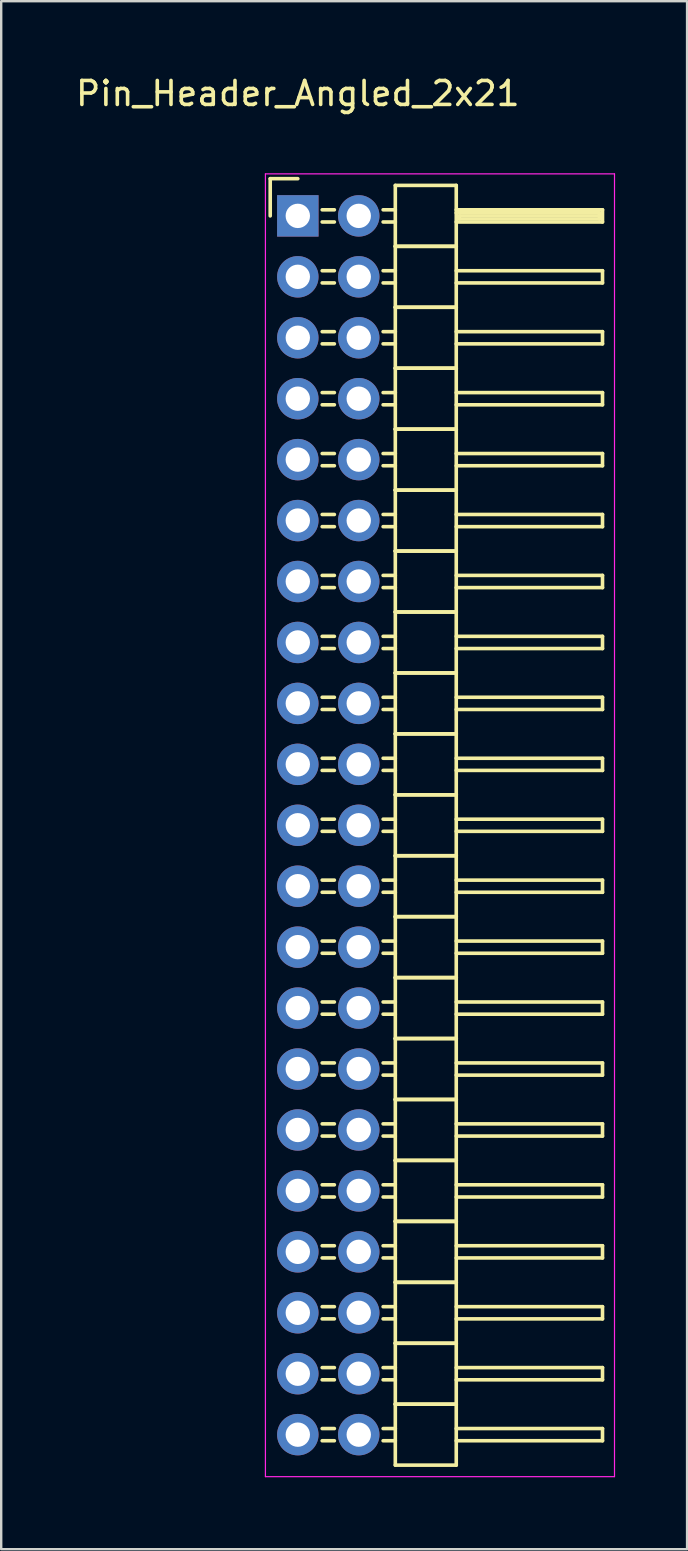
<source format=kicad_pcb>
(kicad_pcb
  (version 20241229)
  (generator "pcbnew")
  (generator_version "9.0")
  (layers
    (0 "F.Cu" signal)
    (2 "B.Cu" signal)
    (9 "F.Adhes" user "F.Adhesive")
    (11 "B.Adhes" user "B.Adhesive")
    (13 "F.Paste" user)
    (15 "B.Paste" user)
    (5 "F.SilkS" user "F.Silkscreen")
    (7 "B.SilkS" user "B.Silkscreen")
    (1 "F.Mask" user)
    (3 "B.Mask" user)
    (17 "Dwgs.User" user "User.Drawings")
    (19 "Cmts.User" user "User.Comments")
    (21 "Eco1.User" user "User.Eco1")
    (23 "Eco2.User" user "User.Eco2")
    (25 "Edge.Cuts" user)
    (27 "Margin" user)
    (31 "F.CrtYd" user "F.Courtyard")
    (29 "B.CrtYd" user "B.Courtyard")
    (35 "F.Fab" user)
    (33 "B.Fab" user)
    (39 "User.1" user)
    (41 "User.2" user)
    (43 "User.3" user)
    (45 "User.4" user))
  (footprint "Pin_Header_Angled_2x21"
    (layer "F.Cu")
    (at 9.363 5.948)
    (property "Reference" "Pin_Header_Angled_2x21" (at 0 -5.1 0) (layer "F.SilkS") (effects (font (size 1 1) (thickness 0.15))))
    (attr through_hole)
    (fp_line (start -1.15 -1.55) (end -1.15 0) (stroke (width 0.15) (type solid)) (layer "F.SilkS"))
    (fp_line (start 0 -1.55) (end -1.15 -1.55) (stroke (width 0.15) (type solid)) (layer "F.SilkS"))
    (fp_line (start 1.524 -0.254) (end 1.016 -0.254) (stroke (width 0.15) (type solid)) (layer "F.SilkS"))
    (fp_line (start 1.524 0.254) (end 1.016 0.254) (stroke (width 0.15) (type solid)) (layer "F.SilkS"))
    (fp_line (start 1.524 2.286) (end 1.016 2.286) (stroke (width 0.15) (type solid)) (layer "F.SilkS"))
    (fp_line (start 1.524 2.794) (end 1.016 2.794) (stroke (width 0.15) (type solid)) (layer "F.SilkS"))
    (fp_line (start 1.524 4.826) (end 1.016 4.826) (stroke (width 0.15) (type solid)) (layer "F.SilkS"))
    (fp_line (start 1.524 5.334) (end 1.016 5.334) (stroke (width 0.15) (type solid)) (layer "F.SilkS"))
    (fp_line (start 1.524 7.366) (end 1.016 7.366) (stroke (width 0.15) (type solid)) (layer "F.SilkS"))
    (fp_line (start 1.524 7.874) (end 1.016 7.874) (stroke (width 0.15) (type solid)) (layer "F.SilkS"))
    (fp_line (start 1.524 9.906) (end 1.016 9.906) (stroke (width 0.15) (type solid)) (layer "F.SilkS"))
    (fp_line (start 1.524 10.414) (end 1.016 10.414) (stroke (width 0.15) (type solid)) (layer "F.SilkS"))
    (fp_line (start 1.524 12.446) (end 1.016 12.446) (stroke (width 0.15) (type solid)) (layer "F.SilkS"))
    (fp_line (start 1.524 12.954) (end 1.016 12.954) (stroke (width 0.15) (type solid)) (layer "F.SilkS"))
    (fp_line (start 1.524 14.986) (end 1.016 14.986) (stroke (width 0.15) (type solid)) (layer "F.SilkS"))
    (fp_line (start 1.524 15.494) (end 1.016 15.494) (stroke (width 0.15) (type solid)) (layer "F.SilkS"))
    (fp_line (start 1.524 17.526) (end 1.016 17.526) (stroke (width 0.15) (type solid)) (layer "F.SilkS"))
    (fp_line (start 1.524 18.034) (end 1.016 18.034) (stroke (width 0.15) (type solid)) (layer "F.SilkS"))
    (fp_line (start 1.524 20.066) (end 1.016 20.066) (stroke (width 0.15) (type solid)) (layer "F.SilkS"))
    (fp_line (start 1.524 20.574) (end 1.016 20.574) (stroke (width 0.15) (type solid)) (layer "F.SilkS"))
    (fp_line (start 1.524 22.606) (end 1.016 22.606) (stroke (width 0.15) (type solid)) (layer "F.SilkS"))
    (fp_line (start 1.524 23.114) (end 1.016 23.114) (stroke (width 0.15) (type solid)) (layer "F.SilkS"))
    (fp_line (start 1.524 25.146) (end 1.016 25.146) (stroke (width 0.15) (type solid)) (layer "F.SilkS"))
    (fp_line (start 1.524 25.654) (end 1.016 25.654) (stroke (width 0.15) (type solid)) (layer "F.SilkS"))
    (fp_line (start 1.524 27.686) (end 1.016 27.686) (stroke (width 0.15) (type solid)) (layer "F.SilkS"))
    (fp_line (start 1.524 28.194) (end 1.016 28.194) (stroke (width 0.15) (type solid)) (layer "F.SilkS"))
    (fp_line (start 1.524 30.226) (end 1.016 30.226) (stroke (width 0.15) (type solid)) (layer "F.SilkS"))
    (fp_line (start 1.524 30.734) (end 1.016 30.734) (stroke (width 0.15) (type solid)) (layer "F.SilkS"))
    (fp_line (start 1.524 32.766) (end 1.016 32.766) (stroke (width 0.15) (type solid)) (layer "F.SilkS"))
    (fp_line (start 1.524 33.274) (end 1.016 33.274) (stroke (width 0.15) (type solid)) (layer "F.SilkS"))
    (fp_line (start 1.524 35.306) (end 1.016 35.306) (stroke (width 0.15) (type solid)) (layer "F.SilkS"))
    (fp_line (start 1.524 35.814) (end 1.016 35.814) (stroke (width 0.15) (type solid)) (layer "F.SilkS"))
    (fp_line (start 1.524 37.846) (end 1.016 37.846) (stroke (width 0.15) (type solid)) (layer "F.SilkS"))
    (fp_line (start 1.524 38.354) (end 1.016 38.354) (stroke (width 0.15) (type solid)) (layer "F.SilkS"))
    (fp_line (start 1.524 40.386) (end 1.016 40.386) (stroke (width 0.15) (type solid)) (layer "F.SilkS"))
    (fp_line (start 1.524 40.894) (end 1.016 40.894) (stroke (width 0.15) (type solid)) (layer "F.SilkS"))
    (fp_line (start 1.524 42.926) (end 1.016 42.926) (stroke (width 0.15) (type solid)) (layer "F.SilkS"))
    (fp_line (start 1.524 43.434) (end 1.016 43.434) (stroke (width 0.15) (type solid)) (layer "F.SilkS"))
    (fp_line (start 1.524 45.466) (end 1.016 45.466) (stroke (width 0.15) (type solid)) (layer "F.SilkS"))
    (fp_line (start 1.524 45.974) (end 1.016 45.974) (stroke (width 0.15) (type solid)) (layer "F.SilkS"))
    (fp_line (start 1.524 48.006) (end 1.016 48.006) (stroke (width 0.15) (type solid)) (layer "F.SilkS"))
    (fp_line (start 1.524 48.514) (end 1.016 48.514) (stroke (width 0.15) (type solid)) (layer "F.SilkS"))
    (fp_line (start 1.524 50.546) (end 1.016 50.546) (stroke (width 0.15) (type solid)) (layer "F.SilkS"))
    (fp_line (start 1.524 51.054) (end 1.016 51.054) (stroke (width 0.15) (type solid)) (layer "F.SilkS"))
    (fp_line (start 4.064 -1.27) (end 4.064 1.27) (stroke (width 0.15) (type solid)) (layer "F.SilkS"))
    (fp_line (start 4.064 -1.27) (end 6.604 -1.27) (stroke (width 0.15) (type solid)) (layer "F.SilkS"))
    (fp_line (start 4.064 -0.254) (end 3.556 -0.254) (stroke (width 0.15) (type solid)) (layer "F.SilkS"))
    (fp_line (start 4.064 0.254) (end 3.556 0.254) (stroke (width 0.15) (type solid)) (layer "F.SilkS"))
    (fp_line (start 4.064 1.27) (end 4.064 3.81) (stroke (width 0.15) (type solid)) (layer "F.SilkS"))
    (fp_line (start 4.064 1.27) (end 6.604 1.27) (stroke (width 0.15) (type solid)) (layer "F.SilkS"))
    (fp_line (start 4.064 1.27) (end 6.604 1.27) (stroke (width 0.15) (type solid)) (layer "F.SilkS"))
    (fp_line (start 4.064 2.286) (end 3.556 2.286) (stroke (width 0.15) (type solid)) (layer "F.SilkS"))
    (fp_line (start 4.064 2.794) (end 3.556 2.794) (stroke (width 0.15) (type solid)) (layer "F.SilkS"))
    (fp_line (start 4.064 3.81) (end 4.064 6.35) (stroke (width 0.15) (type solid)) (layer "F.SilkS"))
    (fp_line (start 4.064 3.81) (end 6.604 3.81) (stroke (width 0.15) (type solid)) (layer "F.SilkS"))
    (fp_line (start 4.064 3.81) (end 6.604 3.81) (stroke (width 0.15) (type solid)) (layer "F.SilkS"))
    (fp_line (start 4.064 4.826) (end 3.556 4.826) (stroke (width 0.15) (type solid)) (layer "F.SilkS"))
    (fp_line (start 4.064 5.334) (end 3.556 5.334) (stroke (width 0.15) (type solid)) (layer "F.SilkS"))
    (fp_line (start 4.064 6.35) (end 4.064 8.89) (stroke (width 0.15) (type solid)) (layer "F.SilkS"))
    (fp_line (start 4.064 6.35) (end 6.604 6.35) (stroke (width 0.15) (type solid)) (layer "F.SilkS"))
    (fp_line (start 4.064 6.35) (end 6.604 6.35) (stroke (width 0.15) (type solid)) (layer "F.SilkS"))
    (fp_line (start 4.064 7.366) (end 3.556 7.366) (stroke (width 0.15) (type solid)) (layer "F.SilkS"))
    (fp_line (start 4.064 7.874) (end 3.556 7.874) (stroke (width 0.15) (type solid)) (layer "F.SilkS"))
    (fp_line (start 4.064 8.89) (end 4.064 11.43) (stroke (width 0.15) (type solid)) (layer "F.SilkS"))
    (fp_line (start 4.064 8.89) (end 6.604 8.89) (stroke (width 0.15) (type solid)) (layer "F.SilkS"))
    (fp_line (start 4.064 8.89) (end 6.604 8.89) (stroke (width 0.15) (type solid)) (layer "F.SilkS"))
    (fp_line (start 4.064 9.906) (end 3.556 9.906) (stroke (width 0.15) (type solid)) (layer "F.SilkS"))
    (fp_line (start 4.064 10.414) (end 3.556 10.414) (stroke (width 0.15) (type solid)) (layer "F.SilkS"))
    (fp_line (start 4.064 11.43) (end 4.064 13.97) (stroke (width 0.15) (type solid)) (layer "F.SilkS"))
    (fp_line (start 4.064 11.43) (end 6.604 11.43) (stroke (width 0.15) (type solid)) (layer "F.SilkS"))
    (fp_line (start 4.064 11.43) (end 6.604 11.43) (stroke (width 0.15) (type solid)) (layer "F.SilkS"))
    (fp_line (start 4.064 12.446) (end 3.556 12.446) (stroke (width 0.15) (type solid)) (layer "F.SilkS"))
    (fp_line (start 4.064 12.954) (end 3.556 12.954) (stroke (width 0.15) (type solid)) (layer "F.SilkS"))
    (fp_line (start 4.064 13.97) (end 4.064 16.51) (stroke (width 0.15) (type solid)) (layer "F.SilkS"))
    (fp_line (start 4.064 13.97) (end 6.604 13.97) (stroke (width 0.15) (type solid)) (layer "F.SilkS"))
    (fp_line (start 4.064 13.97) (end 6.604 13.97) (stroke (width 0.15) (type solid)) (layer "F.SilkS"))
    (fp_line (start 4.064 14.986) (end 3.556 14.986) (stroke (width 0.15) (type solid)) (layer "F.SilkS"))
    (fp_line (start 4.064 15.494) (end 3.556 15.494) (stroke (width 0.15) (type solid)) (layer "F.SilkS"))
    (fp_line (start 4.064 16.51) (end 4.064 19.05) (stroke (width 0.15) (type solid)) (layer "F.SilkS"))
    (fp_line (start 4.064 16.51) (end 6.604 16.51) (stroke (width 0.15) (type solid)) (layer "F.SilkS"))
    (fp_line (start 4.064 16.51) (end 6.604 16.51) (stroke (width 0.15) (type solid)) (layer "F.SilkS"))
    (fp_line (start 4.064 17.526) (end 3.556 17.526) (stroke (width 0.15) (type solid)) (layer "F.SilkS"))
    (fp_line (start 4.064 18.034) (end 3.556 18.034) (stroke (width 0.15) (type solid)) (layer "F.SilkS"))
    (fp_line (start 4.064 19.05) (end 4.064 21.59) (stroke (width 0.15) (type solid)) (layer "F.SilkS"))
    (fp_line (start 4.064 19.05) (end 6.604 19.05) (stroke (width 0.15) (type solid)) (layer "F.SilkS"))
    (fp_line (start 4.064 19.05) (end 6.604 19.05) (stroke (width 0.15) (type solid)) (layer "F.SilkS"))
    (fp_line (start 4.064 20.066) (end 3.556 20.066) (stroke (width 0.15) (type solid)) (layer "F.SilkS"))
    (fp_line (start 4.064 20.574) (end 3.556 20.574) (stroke (width 0.15) (type solid)) (layer "F.SilkS"))
    (fp_line (start 4.064 21.59) (end 4.064 24.13) (stroke (width 0.15) (type solid)) (layer "F.SilkS"))
    (fp_line (start 4.064 21.59) (end 6.604 21.59) (stroke (width 0.15) (type solid)) (layer "F.SilkS"))
    (fp_line (start 4.064 21.59) (end 6.604 21.59) (stroke (width 0.15) (type solid)) (layer "F.SilkS"))
    (fp_line (start 4.064 22.606) (end 3.556 22.606) (stroke (width 0.15) (type solid)) (layer "F.SilkS"))
    (fp_line (start 4.064 23.114) (end 3.556 23.114) (stroke (width 0.15) (type solid)) (layer "F.SilkS"))
    (fp_line (start 4.064 24.13) (end 4.064 26.67) (stroke (width 0.15) (type solid)) (layer "F.SilkS"))
    (fp_line (start 4.064 24.13) (end 6.604 24.13) (stroke (width 0.15) (type solid)) (layer "F.SilkS"))
    (fp_line (start 4.064 24.13) (end 6.604 24.13) (stroke (width 0.15) (type solid)) (layer "F.SilkS"))
    (fp_line (start 4.064 25.146) (end 3.556 25.146) (stroke (width 0.15) (type solid)) (layer "F.SilkS"))
    (fp_line (start 4.064 25.654) (end 3.556 25.654) (stroke (width 0.15) (type solid)) (layer "F.SilkS"))
    (fp_line (start 4.064 26.67) (end 4.064 29.21) (stroke (width 0.15) (type solid)) (layer "F.SilkS"))
    (fp_line (start 4.064 26.67) (end 6.604 26.67) (stroke (width 0.15) (type solid)) (layer "F.SilkS"))
    (fp_line (start 4.064 26.67) (end 6.604 26.67) (stroke (width 0.15) (type solid)) (layer "F.SilkS"))
    (fp_line (start 4.064 27.686) (end 3.556 27.686) (stroke (width 0.15) (type solid)) (layer "F.SilkS"))
    (fp_line (start 4.064 28.194) (end 3.556 28.194) (stroke (width 0.15) (type solid)) (layer "F.SilkS"))
    (fp_line (start 4.064 29.21) (end 4.064 31.75) (stroke (width 0.15) (type solid)) (layer "F.SilkS"))
    (fp_line (start 4.064 29.21) (end 6.604 29.21) (stroke (width 0.15) (type solid)) (layer "F.SilkS"))
    (fp_line (start 4.064 29.21) (end 6.604 29.21) (stroke (width 0.15) (type solid)) (layer "F.SilkS"))
    (fp_line (start 4.064 30.226) (end 3.556 30.226) (stroke (width 0.15) (type solid)) (layer "F.SilkS"))
    (fp_line (start 4.064 30.734) (end 3.556 30.734) (stroke (width 0.15) (type solid)) (layer "F.SilkS"))
    (fp_line (start 4.064 31.75) (end 4.064 34.29) (stroke (width 0.15) (type solid)) (layer "F.SilkS"))
    (fp_line (start 4.064 31.75) (end 6.604 31.75) (stroke (width 0.15) (type solid)) (layer "F.SilkS"))
    (fp_line (start 4.064 31.75) (end 6.604 31.75) (stroke (width 0.15) (type solid)) (layer "F.SilkS"))
    (fp_line (start 4.064 32.766) (end 3.556 32.766) (stroke (width 0.15) (type solid)) (layer "F.SilkS"))
    (fp_line (start 4.064 33.274) (end 3.556 33.274) (stroke (width 0.15) (type solid)) (layer "F.SilkS"))
    (fp_line (start 4.064 34.29) (end 4.064 36.83) (stroke (width 0.15) (type solid)) (layer "F.SilkS"))
    (fp_line (start 4.064 34.29) (end 6.604 34.29) (stroke (width 0.15) (type solid)) (layer "F.SilkS"))
    (fp_line (start 4.064 34.29) (end 6.604 34.29) (stroke (width 0.15) (type solid)) (layer "F.SilkS"))
    (fp_line (start 4.064 35.306) (end 3.556 35.306) (stroke (width 0.15) (type solid)) (layer "F.SilkS"))
    (fp_line (start 4.064 35.814) (end 3.556 35.814) (stroke (width 0.15) (type solid)) (layer "F.SilkS"))
    (fp_line (start 4.064 36.83) (end 4.064 39.37) (stroke (width 0.15) (type solid)) (layer "F.SilkS"))
    (fp_line (start 4.064 36.83) (end 6.604 36.83) (stroke (width 0.15) (type solid)) (layer "F.SilkS"))
    (fp_line (start 4.064 36.83) (end 6.604 36.83) (stroke (width 0.15) (type solid)) (layer "F.SilkS"))
    (fp_line (start 4.064 37.846) (end 3.556 37.846) (stroke (width 0.15) (type solid)) (layer "F.SilkS"))
    (fp_line (start 4.064 38.354) (end 3.556 38.354) (stroke (width 0.15) (type solid)) (layer "F.SilkS"))
    (fp_line (start 4.064 39.37) (end 4.064 41.91) (stroke (width 0.15) (type solid)) (layer "F.SilkS"))
    (fp_line (start 4.064 39.37) (end 6.604 39.37) (stroke (width 0.15) (type solid)) (layer "F.SilkS"))
    (fp_line (start 4.064 39.37) (end 6.604 39.37) (stroke (width 0.15) (type solid)) (layer "F.SilkS"))
    (fp_line (start 4.064 40.386) (end 3.556 40.386) (stroke (width 0.15) (type solid)) (layer "F.SilkS"))
    (fp_line (start 4.064 40.894) (end 3.556 40.894) (stroke (width 0.15) (type solid)) (layer "F.SilkS"))
    (fp_line (start 4.064 41.91) (end 4.064 44.45) (stroke (width 0.15) (type solid)) (layer "F.SilkS"))
    (fp_line (start 4.064 41.91) (end 6.604 41.91) (stroke (width 0.15) (type solid)) (layer "F.SilkS"))
    (fp_line (start 4.064 41.91) (end 6.604 41.91) (stroke (width 0.15) (type solid)) (layer "F.SilkS"))
    (fp_line (start 4.064 42.926) (end 3.556 42.926) (stroke (width 0.15) (type solid)) (layer "F.SilkS"))
    (fp_line (start 4.064 43.434) (end 3.556 43.434) (stroke (width 0.15) (type solid)) (layer "F.SilkS"))
    (fp_line (start 4.064 44.45) (end 4.064 46.99) (stroke (width 0.15) (type solid)) (layer "F.SilkS"))
    (fp_line (start 4.064 44.45) (end 6.604 44.45) (stroke (width 0.15) (type solid)) (layer "F.SilkS"))
    (fp_line (start 4.064 44.45) (end 6.604 44.45) (stroke (width 0.15) (type solid)) (layer "F.SilkS"))
    (fp_line (start 4.064 45.466) (end 3.556 45.466) (stroke (width 0.15) (type solid)) (layer "F.SilkS"))
    (fp_line (start 4.064 45.974) (end 3.556 45.974) (stroke (width 0.15) (type solid)) (layer "F.SilkS"))
    (fp_line (start 4.064 46.99) (end 4.064 49.53) (stroke (width 0.15) (type solid)) (layer "F.SilkS"))
    (fp_line (start 4.064 46.99) (end 6.604 46.99) (stroke (width 0.15) (type solid)) (layer "F.SilkS"))
    (fp_line (start 4.064 46.99) (end 6.604 46.99) (stroke (width 0.15) (type solid)) (layer "F.SilkS"))
    (fp_line (start 4.064 48.006) (end 3.556 48.006) (stroke (width 0.15) (type solid)) (layer "F.SilkS"))
    (fp_line (start 4.064 48.514) (end 3.556 48.514) (stroke (width 0.15) (type solid)) (layer "F.SilkS"))
    (fp_line (start 4.064 49.53) (end 4.064 52.07) (stroke (width 0.15) (type solid)) (layer "F.SilkS"))
    (fp_line (start 4.064 49.53) (end 6.604 49.53) (stroke (width 0.15) (type solid)) (layer "F.SilkS"))
    (fp_line (start 4.064 49.53) (end 6.604 49.53) (stroke (width 0.15) (type solid)) (layer "F.SilkS"))
    (fp_line (start 4.064 50.546) (end 3.556 50.546) (stroke (width 0.15) (type solid)) (layer "F.SilkS"))
    (fp_line (start 4.064 51.054) (end 3.556 51.054) (stroke (width 0.15) (type solid)) (layer "F.SilkS"))
    (fp_line (start 4.064 52.07) (end 6.604 52.07) (stroke (width 0.15) (type solid)) (layer "F.SilkS"))
    (fp_line (start 6.604 -0.254) (end 12.7 -0.254) (stroke (width 0.15) (type solid)) (layer "F.SilkS"))
    (fp_line (start 6.604 -0.127) (end 12.573 -0.127) (stroke (width 0.15) (type solid)) (layer "F.SilkS"))
    (fp_line (start 6.604 1.27) (end 6.604 -1.27) (stroke (width 0.15) (type solid)) (layer "F.SilkS"))
    (fp_line (start 6.604 2.286) (end 12.7 2.286) (stroke (width 0.15) (type solid)) (layer "F.SilkS"))
    (fp_line (start 6.604 3.81) (end 6.604 1.27) (stroke (width 0.15) (type solid)) (layer "F.SilkS"))
    (fp_line (start 6.604 4.826) (end 12.7 4.826) (stroke (width 0.15) (type solid)) (layer "F.SilkS"))
    (fp_line (start 6.604 6.35) (end 6.604 3.81) (stroke (width 0.15) (type solid)) (layer "F.SilkS"))
    (fp_line (start 6.604 7.366) (end 12.7 7.366) (stroke (width 0.15) (type solid)) (layer "F.SilkS"))
    (fp_line (start 6.604 8.89) (end 6.604 6.35) (stroke (width 0.15) (type solid)) (layer "F.SilkS"))
    (fp_line (start 6.604 9.906) (end 12.7 9.906) (stroke (width 0.15) (type solid)) (layer "F.SilkS"))
    (fp_line (start 6.604 11.43) (end 6.604 8.89) (stroke (width 0.15) (type solid)) (layer "F.SilkS"))
    (fp_line (start 6.604 12.446) (end 12.7 12.446) (stroke (width 0.15) (type solid)) (layer "F.SilkS"))
    (fp_line (start 6.604 13.97) (end 6.604 11.43) (stroke (width 0.15) (type solid)) (layer "F.SilkS"))
    (fp_line (start 6.604 14.986) (end 12.7 14.986) (stroke (width 0.15) (type solid)) (layer "F.SilkS"))
    (fp_line (start 6.604 16.51) (end 6.604 13.97) (stroke (width 0.15) (type solid)) (layer "F.SilkS"))
    (fp_line (start 6.604 17.526) (end 12.7 17.526) (stroke (width 0.15) (type solid)) (layer "F.SilkS"))
    (fp_line (start 6.604 19.05) (end 6.604 16.51) (stroke (width 0.15) (type solid)) (layer "F.SilkS"))
    (fp_line (start 6.604 20.066) (end 12.7 20.066) (stroke (width 0.15) (type solid)) (layer "F.SilkS"))
    (fp_line (start 6.604 21.59) (end 6.604 19.05) (stroke (width 0.15) (type solid)) (layer "F.SilkS"))
    (fp_line (start 6.604 22.606) (end 12.7 22.606) (stroke (width 0.15) (type solid)) (layer "F.SilkS"))
    (fp_line (start 6.604 24.13) (end 6.604 21.59) (stroke (width 0.15) (type solid)) (layer "F.SilkS"))
    (fp_line (start 6.604 25.146) (end 12.7 25.146) (stroke (width 0.15) (type solid)) (layer "F.SilkS"))
    (fp_line (start 6.604 26.67) (end 6.604 24.13) (stroke (width 0.15) (type solid)) (layer "F.SilkS"))
    (fp_line (start 6.604 27.686) (end 12.7 27.686) (stroke (width 0.15) (type solid)) (layer "F.SilkS"))
    (fp_line (start 6.604 29.21) (end 6.604 26.67) (stroke (width 0.15) (type solid)) (layer "F.SilkS"))
    (fp_line (start 6.604 30.226) (end 12.7 30.226) (stroke (width 0.15) (type solid)) (layer "F.SilkS"))
    (fp_line (start 6.604 31.75) (end 6.604 29.21) (stroke (width 0.15) (type solid)) (layer "F.SilkS"))
    (fp_line (start 6.604 32.766) (end 12.7 32.766) (stroke (width 0.15) (type solid)) (layer "F.SilkS"))
    (fp_line (start 6.604 34.29) (end 6.604 31.75) (stroke (width 0.15) (type solid)) (layer "F.SilkS"))
    (fp_line (start 6.604 35.306) (end 12.7 35.306) (stroke (width 0.15) (type solid)) (layer "F.SilkS"))
    (fp_line (start 6.604 36.83) (end 6.604 34.29) (stroke (width 0.15) (type solid)) (layer "F.SilkS"))
    (fp_line (start 6.604 37.846) (end 12.7 37.846) (stroke (width 0.15) (type solid)) (layer "F.SilkS"))
    (fp_line (start 6.604 39.37) (end 6.604 36.83) (stroke (width 0.15) (type solid)) (layer "F.SilkS"))
    (fp_line (start 6.604 40.386) (end 12.7 40.386) (stroke (width 0.15) (type solid)) (layer "F.SilkS"))
    (fp_line (start 6.604 41.91) (end 6.604 39.37) (stroke (width 0.15) (type solid)) (layer "F.SilkS"))
    (fp_line (start 6.604 42.926) (end 12.7 42.926) (stroke (width 0.15) (type solid)) (layer "F.SilkS"))
    (fp_line (start 6.604 44.45) (end 6.604 41.91) (stroke (width 0.15) (type solid)) (layer "F.SilkS"))
    (fp_line (start 6.604 45.466) (end 12.7 45.466) (stroke (width 0.15) (type solid)) (layer "F.SilkS"))
    (fp_line (start 6.604 46.99) (end 6.604 44.45) (stroke (width 0.15) (type solid)) (layer "F.SilkS"))
    (fp_line (start 6.604 48.006) (end 12.7 48.006) (stroke (width 0.15) (type solid)) (layer "F.SilkS"))
    (fp_line (start 6.604 49.53) (end 6.604 46.99) (stroke (width 0.15) (type solid)) (layer "F.SilkS"))
    (fp_line (start 6.604 50.546) (end 12.7 50.546) (stroke (width 0.15) (type solid)) (layer "F.SilkS"))
    (fp_line (start 6.604 52.07) (end 6.604 49.53) (stroke (width 0.15) (type solid)) (layer "F.SilkS"))
    (fp_line (start 6.731 0) (end 12.573 0) (stroke (width 0.15) (type solid)) (layer "F.SilkS"))
    (fp_line (start 6.731 0.127) (end 6.731 0) (stroke (width 0.15) (type solid)) (layer "F.SilkS"))
    (fp_line (start 12.573 -0.127) (end 12.573 0.127) (stroke (width 0.15) (type solid)) (layer "F.SilkS"))
    (fp_line (start 12.573 0.127) (end 6.731 0.127) (stroke (width 0.15) (type solid)) (layer "F.SilkS"))
    (fp_line (start 12.7 -0.254) (end 12.7 0.254) (stroke (width 0.15) (type solid)) (layer "F.SilkS"))
    (fp_line (start 12.7 0.254) (end 6.604 0.254) (stroke (width 0.15) (type solid)) (layer "F.SilkS"))
    (fp_line (start 12.7 2.286) (end 12.7 2.794) (stroke (width 0.15) (type solid)) (layer "F.SilkS"))
    (fp_line (start 12.7 2.794) (end 6.604 2.794) (stroke (width 0.15) (type solid)) (layer "F.SilkS"))
    (fp_line (start 12.7 4.826) (end 12.7 5.334) (stroke (width 0.15) (type solid)) (layer "F.SilkS"))
    (fp_line (start 12.7 5.334) (end 6.604 5.334) (stroke (width 0.15) (type solid)) (layer "F.SilkS"))
    (fp_line (start 12.7 7.366) (end 12.7 7.874) (stroke (width 0.15) (type solid)) (layer "F.SilkS"))
    (fp_line (start 12.7 7.874) (end 6.604 7.874) (stroke (width 0.15) (type solid)) (layer "F.SilkS"))
    (fp_line (start 12.7 9.906) (end 12.7 10.414) (stroke (width 0.15) (type solid)) (layer "F.SilkS"))
    (fp_line (start 12.7 10.414) (end 6.604 10.414) (stroke (width 0.15) (type solid)) (layer "F.SilkS"))
    (fp_line (start 12.7 12.446) (end 12.7 12.954) (stroke (width 0.15) (type solid)) (layer "F.SilkS"))
    (fp_line (start 12.7 12.954) (end 6.604 12.954) (stroke (width 0.15) (type solid)) (layer "F.SilkS"))
    (fp_line (start 12.7 14.986) (end 12.7 15.494) (stroke (width 0.15) (type solid)) (layer "F.SilkS"))
    (fp_line (start 12.7 15.494) (end 6.604 15.494) (stroke (width 0.15) (type solid)) (layer "F.SilkS"))
    (fp_line (start 12.7 17.526) (end 12.7 18.034) (stroke (width 0.15) (type solid)) (layer "F.SilkS"))
    (fp_line (start 12.7 18.034) (end 6.604 18.034) (stroke (width 0.15) (type solid)) (layer "F.SilkS"))
    (fp_line (start 12.7 20.066) (end 12.7 20.574) (stroke (width 0.15) (type solid)) (layer "F.SilkS"))
    (fp_line (start 12.7 20.574) (end 6.604 20.574) (stroke (width 0.15) (type solid)) (layer "F.SilkS"))
    (fp_line (start 12.7 22.606) (end 12.7 23.114) (stroke (width 0.15) (type solid)) (layer "F.SilkS"))
    (fp_line (start 12.7 23.114) (end 6.604 23.114) (stroke (width 0.15) (type solid)) (layer "F.SilkS"))
    (fp_line (start 12.7 25.146) (end 12.7 25.654) (stroke (width 0.15) (type solid)) (layer "F.SilkS"))
    (fp_line (start 12.7 25.654) (end 6.604 25.654) (stroke (width 0.15) (type solid)) (layer "F.SilkS"))
    (fp_line (start 12.7 27.686) (end 12.7 28.194) (stroke (width 0.15) (type solid)) (layer "F.SilkS"))
    (fp_line (start 12.7 28.194) (end 6.604 28.194) (stroke (width 0.15) (type solid)) (layer "F.SilkS"))
    (fp_line (start 12.7 30.226) (end 12.7 30.734) (stroke (width 0.15) (type solid)) (layer "F.SilkS"))
    (fp_line (start 12.7 30.734) (end 6.604 30.734) (stroke (width 0.15) (type solid)) (layer "F.SilkS"))
    (fp_line (start 12.7 32.766) (end 12.7 33.274) (stroke (width 0.15) (type solid)) (layer "F.SilkS"))
    (fp_line (start 12.7 33.274) (end 6.604 33.274) (stroke (width 0.15) (type solid)) (layer "F.SilkS"))
    (fp_line (start 12.7 35.306) (end 12.7 35.814) (stroke (width 0.15) (type solid)) (layer "F.SilkS"))
    (fp_line (start 12.7 35.814) (end 6.604 35.814) (stroke (width 0.15) (type solid)) (layer "F.SilkS"))
    (fp_line (start 12.7 37.846) (end 12.7 38.354) (stroke (width 0.15) (type solid)) (layer "F.SilkS"))
    (fp_line (start 12.7 38.354) (end 6.604 38.354) (stroke (width 0.15) (type solid)) (layer "F.SilkS"))
    (fp_line (start 12.7 40.386) (end 12.7 40.894) (stroke (width 0.15) (type solid)) (layer "F.SilkS"))
    (fp_line (start 12.7 40.894) (end 6.604 40.894) (stroke (width 0.15) (type solid)) (layer "F.SilkS"))
    (fp_line (start 12.7 42.926) (end 12.7 43.434) (stroke (width 0.15) (type solid)) (layer "F.SilkS"))
    (fp_line (start 12.7 43.434) (end 6.604 43.434) (stroke (width 0.15) (type solid)) (layer "F.SilkS"))
    (fp_line (start 12.7 45.466) (end 12.7 45.974) (stroke (width 0.15) (type solid)) (layer "F.SilkS"))
    (fp_line (start 12.7 45.974) (end 6.604 45.974) (stroke (width 0.15) (type solid)) (layer "F.SilkS"))
    (fp_line (start 12.7 48.006) (end 12.7 48.514) (stroke (width 0.15) (type solid)) (layer "F.SilkS"))
    (fp_line (start 12.7 48.514) (end 6.604 48.514) (stroke (width 0.15) (type solid)) (layer "F.SilkS"))
    (fp_line (start 12.7 50.546) (end 12.7 51.054) (stroke (width 0.15) (type solid)) (layer "F.SilkS"))
    (fp_line (start 12.7 51.054) (end 6.604 51.054) (stroke (width 0.15) (type solid)) (layer "F.SilkS"))
    (fp_line (start -1.35 -1.75) (end -1.35 52.55) (stroke (width 0.05) (type solid)) (layer "F.CrtYd"))
    (fp_line (start -1.35 -1.75) (end 13.2 -1.75) (stroke (width 0.05) (type solid)) (layer "F.CrtYd"))
    (fp_line (start -1.35 52.55) (end 13.2 52.55) (stroke (width 0.05) (type solid)) (layer "F.CrtYd"))
    (fp_line (start 13.2 -1.75) (end 13.2 52.55) (stroke (width 0.05) (type solid)) (layer "F.CrtYd"))
    (pad "1" thru_hole rect (at 0 0) (size 1.727 1.727) (drill 1.016) (layers "*.Cu" "*.Mask"))
    (pad "2" thru_hole oval (at 2.54 0) (size 1.727 1.727) (drill 1.016) (layers "*.Cu" "*.Mask"))
    (pad "3" thru_hole oval (at 0 2.54) (size 1.727 1.727) (drill 1.016) (layers "*.Cu" "*.Mask"))
    (pad "4" thru_hole oval (at 2.54 2.54) (size 1.727 1.727) (drill 1.016) (layers "*.Cu" "*.Mask"))
    (pad "5" thru_hole oval (at 0 5.08) (size 1.727 1.727) (drill 1.016) (layers "*.Cu" "*.Mask"))
    (pad "6" thru_hole oval (at 2.54 5.08) (size 1.727 1.727) (drill 1.016) (layers "*.Cu" "*.Mask"))
    (pad "7" thru_hole oval (at 0 7.62) (size 1.727 1.727) (drill 1.016) (layers "*.Cu" "*.Mask"))
    (pad "8" thru_hole oval (at 2.54 7.62) (size 1.727 1.727) (drill 1.016) (layers "*.Cu" "*.Mask"))
    (pad "9" thru_hole oval (at 0 10.16) (size 1.727 1.727) (drill 1.016) (layers "*.Cu" "*.Mask"))
    (pad "10" thru_hole oval (at 2.54 10.16) (size 1.727 1.727) (drill 1.016) (layers "*.Cu" "*.Mask"))
    (pad "11" thru_hole oval (at 0 12.7) (size 1.727 1.727) (drill 1.016) (layers "*.Cu" "*.Mask"))
    (pad "12" thru_hole oval (at 2.54 12.7) (size 1.727 1.727) (drill 1.016) (layers "*.Cu" "*.Mask"))
    (pad "13" thru_hole oval (at 0 15.24) (size 1.727 1.727) (drill 1.016) (layers "*.Cu" "*.Mask"))
    (pad "14" thru_hole oval (at 2.54 15.24) (size 1.727 1.727) (drill 1.016) (layers "*.Cu" "*.Mask"))
    (pad "15" thru_hole oval (at 0 17.78) (size 1.727 1.727) (drill 1.016) (layers "*.Cu" "*.Mask"))
    (pad "16" thru_hole oval (at 2.54 17.78) (size 1.727 1.727) (drill 1.016) (layers "*.Cu" "*.Mask"))
    (pad "17" thru_hole oval (at 0 20.32) (size 1.727 1.727) (drill 1.016) (layers "*.Cu" "*.Mask"))
    (pad "18" thru_hole oval (at 2.54 20.32) (size 1.727 1.727) (drill 1.016) (layers "*.Cu" "*.Mask"))
    (pad "19" thru_hole oval (at 0 22.86) (size 1.727 1.727) (drill 1.016) (layers "*.Cu" "*.Mask"))
    (pad "20" thru_hole oval (at 2.54 22.86) (size 1.727 1.727) (drill 1.016) (layers "*.Cu" "*.Mask"))
    (pad "21" thru_hole oval (at 0 25.4) (size 1.727 1.727) (drill 1.016) (layers "*.Cu" "*.Mask"))
    (pad "22" thru_hole oval (at 2.54 25.4) (size 1.727 1.727) (drill 1.016) (layers "*.Cu" "*.Mask"))
    (pad "23" thru_hole oval (at 0 27.94) (size 1.727 1.727) (drill 1.016) (layers "*.Cu" "*.Mask"))
    (pad "24" thru_hole oval (at 2.54 27.94) (size 1.727 1.727) (drill 1.016) (layers "*.Cu" "*.Mask"))
    (pad "25" thru_hole oval (at 0 30.48) (size 1.727 1.727) (drill 1.016) (layers "*.Cu" "*.Mask"))
    (pad "26" thru_hole oval (at 2.54 30.48) (size 1.727 1.727) (drill 1.016) (layers "*.Cu" "*.Mask"))
    (pad "27" thru_hole oval (at 0 33.02) (size 1.727 1.727) (drill 1.016) (layers "*.Cu" "*.Mask"))
    (pad "28" thru_hole oval (at 2.54 33.02) (size 1.727 1.727) (drill 1.016) (layers "*.Cu" "*.Mask"))
    (pad "29" thru_hole oval (at 0 35.56) (size 1.727 1.727) (drill 1.016) (layers "*.Cu" "*.Mask"))
    (pad "30" thru_hole oval (at 2.54 35.56) (size 1.727 1.727) (drill 1.016) (layers "*.Cu" "*.Mask"))
    (pad "31" thru_hole oval (at 0 38.1) (size 1.727 1.727) (drill 1.016) (layers "*.Cu" "*.Mask"))
    (pad "32" thru_hole oval (at 2.54 38.1) (size 1.727 1.727) (drill 1.016) (layers "*.Cu" "*.Mask"))
    (pad "33" thru_hole oval (at 0 40.64) (size 1.727 1.727) (drill 1.016) (layers "*.Cu" "*.Mask"))
    (pad "34" thru_hole oval (at 2.54 40.64) (size 1.727 1.727) (drill 1.016) (layers "*.Cu" "*.Mask"))
    (pad "35" thru_hole oval (at 0 43.18) (size 1.727 1.727) (drill 1.016) (layers "*.Cu" "*.Mask"))
    (pad "36" thru_hole oval (at 2.54 43.18) (size 1.727 1.727) (drill 1.016) (layers "*.Cu" "*.Mask"))
    (pad "37" thru_hole oval (at 0 45.72) (size 1.727 1.727) (drill 1.016) (layers "*.Cu" "*.Mask"))
    (pad "38" thru_hole oval (at 2.54 45.72) (size 1.727 1.727) (drill 1.016) (layers "*.Cu" "*.Mask"))
    (pad "39" thru_hole oval (at 0 48.26) (size 1.727 1.727) (drill 1.016) (layers "*.Cu" "*.Mask"))
    (pad "40" thru_hole oval (at 2.54 48.26) (size 1.727 1.727) (drill 1.016) (layers "*.Cu" "*.Mask"))
    (pad "41" thru_hole oval (at 0 50.8) (size 1.727 1.727) (drill 1.016) (layers "*.Cu" "*.Mask"))
    (pad "42" thru_hole oval (at 2.54 50.8) (size 1.727 1.727) (drill 1.016) (layers "*.Cu" "*.Mask")))
  (gr_rect
    (start -3 -3)
    (end 25.588 61.523)
    (stroke (width 0.1) (type default))
    (fill no)
    (layer "Edge.Cuts")))
</source>
